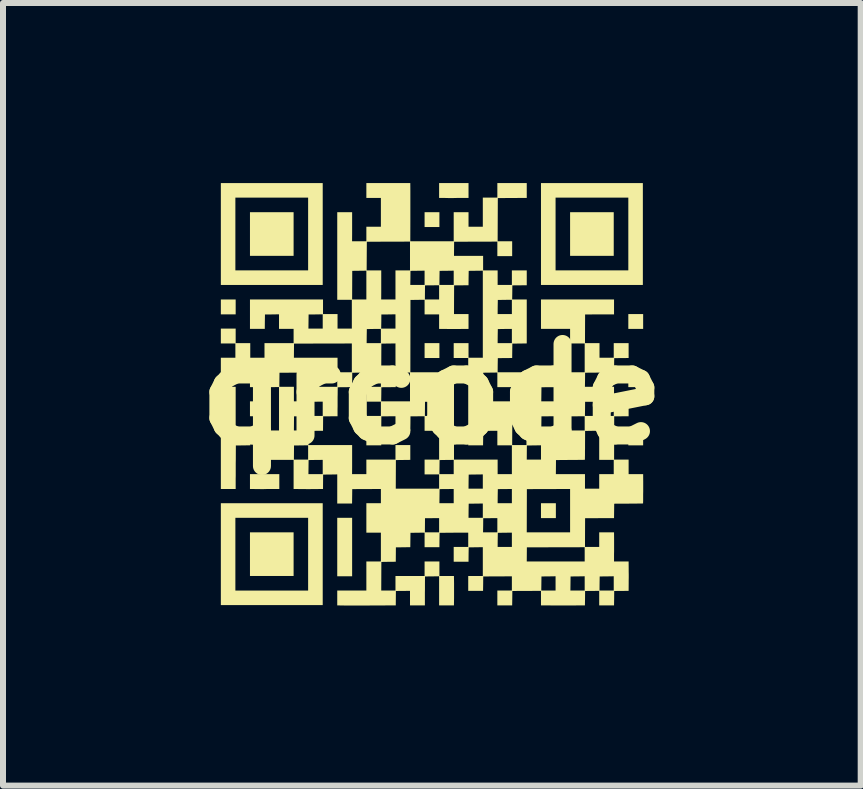
<source format=kicad_pcb>
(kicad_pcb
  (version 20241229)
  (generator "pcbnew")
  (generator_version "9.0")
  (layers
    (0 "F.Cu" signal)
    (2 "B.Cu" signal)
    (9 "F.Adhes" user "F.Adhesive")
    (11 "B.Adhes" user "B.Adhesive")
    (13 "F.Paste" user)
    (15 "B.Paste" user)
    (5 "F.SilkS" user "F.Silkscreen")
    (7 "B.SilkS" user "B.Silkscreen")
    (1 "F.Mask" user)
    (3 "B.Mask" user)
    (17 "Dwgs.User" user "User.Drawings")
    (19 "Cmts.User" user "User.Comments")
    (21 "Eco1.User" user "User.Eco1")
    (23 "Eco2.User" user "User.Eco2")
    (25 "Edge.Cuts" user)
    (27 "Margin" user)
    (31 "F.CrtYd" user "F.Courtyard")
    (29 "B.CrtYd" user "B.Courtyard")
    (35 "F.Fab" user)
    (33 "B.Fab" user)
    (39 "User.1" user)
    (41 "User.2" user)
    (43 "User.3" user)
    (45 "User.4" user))
  (footprint "qrcode"
    (layer "F.Cu")
    (at 4.144 3.515)
    (property "Reference" "qrcode" (at 0 0 0) (layer "F.SilkS") (effects (font (size 1.524 1.524) (thickness 0.3))))
    (attr board_only exclude_from_pos_files exclude_from_bom)
    (fp_poly (pts (xy -3.268 -1.328) (xy -3.515 -1.328) (xy -3.515 -1.576) (xy -3.268 -1.576)) (stroke (width 0) (type solid)) (fill yes) (layer "F.SilkS"))
    (fp_poly (pts (xy -2.783 0.369) (xy -3.03 0.369) (xy -3.03 0.121) (xy -2.783 0.121)) (stroke (width 0) (type solid)) (fill yes) (layer "F.SilkS"))
    (fp_poly (pts (xy -2.303 -2.303) (xy -3.03 -2.303) (xy -3.03 -3.03) (xy -2.303 -3.03)) (stroke (width 0) (type solid)) (fill yes) (layer "F.SilkS"))
    (fp_poly (pts (xy -2.303 3.03) (xy -3.03 3.03) (xy -3.03 2.303) (xy -2.303 2.303)) (stroke (width 0) (type solid)) (fill yes) (layer "F.SilkS"))
    (fp_poly (pts (xy 0.126 -2.783) (xy -0.121 -2.783) (xy -0.121 -3.03) (xy 0.126 -3.03)) (stroke (width 0) (type solid)) (fill yes) (layer "F.SilkS"))
    (fp_poly (pts (xy 0.126 -0.601) (xy -0.121 -0.601) (xy -0.121 -0.849) (xy 0.126 -0.849)) (stroke (width 0) (type solid)) (fill yes) (layer "F.SilkS"))
    (fp_poly (pts (xy 2.066 2.066) (xy 1.818 2.066) (xy 1.818 1.818) (xy 2.066 1.818)) (stroke (width 0) (type solid)) (fill yes) (layer "F.SilkS"))
    (fp_poly (pts (xy 3.03 -2.303) (xy 2.303 -2.303) (xy 2.303 -3.03) (xy 3.03 -3.03)) (stroke (width 0) (type solid)) (fill yes) (layer "F.SilkS"))
    (fp_poly (pts (xy 3.52 -1.086) (xy 3.273 -1.086) (xy 3.273 -1.333) (xy 3.52 -1.333)) (stroke (width 0) (type solid)) (fill yes) (layer "F.SilkS"))
    (fp_poly (pts (xy 3.52 -0.116) (xy 3.273 -0.116) (xy 3.273 -0.364) (xy 3.52 -0.364)) (stroke (width 0) (type solid)) (fill yes) (layer "F.SilkS"))
    (fp_poly (pts (xy 3.52 0.854) (xy 3.273 0.854) (xy 3.273 0.606) (xy 3.52 0.606)) (stroke (width 0) (type solid)) (fill yes) (layer "F.SilkS"))
    (fp_poly (pts (xy -1.818 -1.818) (xy -3.515 -1.818) (xy -3.515 -2.061) (xy -3.273 -2.061) (xy -2.061 -2.061) (xy -2.061 -3.273) (xy -3.273 -3.273) (xy -3.273 -2.061) (xy -3.515 -2.061) (xy -3.515 -3.515) (xy -1.818 -3.515)) (stroke (width 0) (type solid)) (fill yes) (layer "F.SilkS"))
    (fp_poly (pts (xy -1.818 3.515) (xy -3.515 3.515) (xy -3.515 3.273) (xy -3.273 3.273) (xy -2.061 3.273) (xy -2.061 2.061) (xy -3.273 2.061) (xy -3.273 3.273) (xy -3.515 3.273) (xy -3.515 1.818) (xy -1.818 1.818)) (stroke (width 0) (type solid)) (fill yes) (layer "F.SilkS"))
    (fp_poly (pts (xy 3.515 -1.818) (xy 1.818 -1.818) (xy 1.818 -2.061) (xy 2.061 -2.061) (xy 3.273 -2.061) (xy 3.273 -3.273) (xy 2.061 -3.273) (xy 2.061 -2.061) (xy 1.818 -2.061) (xy 1.818 -3.515) (xy 3.515 -3.515)) (stroke (width 0) (type solid)) (fill yes) (layer "F.SilkS"))
    (fp_poly (pts (xy -2.541 1.581) (xy -2.656 1.581) (xy -2.69 1.581) (xy -2.72 1.581) (xy -2.746 1.581) (xy -2.765 1.582) (xy -2.776 1.582) (xy -2.779 1.582) (xy -2.785 1.582) (xy -2.801 1.583) (xy -2.823 1.583) (xy -2.852 1.583) (xy -2.884 1.582) (xy -2.908 1.582) (xy -3.03 1.581) (xy -3.03 1.333) (xy -2.541 1.333)) (stroke (width 0) (type solid)) (fill yes) (layer "F.SilkS"))
    (fp_poly (pts (xy 0.611 -3.268) (xy 0.495 -3.268) (xy 0.462 -3.268) (xy 0.432 -3.268) (xy 0.406 -3.267) (xy 0.387 -3.267) (xy 0.375 -3.267) (xy 0.373 -3.267) (xy 0.366 -3.266) (xy 0.351 -3.266) (xy 0.328 -3.266) (xy 0.3 -3.266) (xy 0.268 -3.266) (xy 0.244 -3.267) (xy 0.121 -3.268) (xy 0.121 -3.515) (xy 0.611 -3.515)) (stroke (width 0) (type solid)) (fill yes) (layer "F.SilkS"))
    (fp_poly (pts (xy -1.328 2.182) (xy -1.328 2.213) (xy -1.328 2.252) (xy -1.328 2.298) (xy -1.328 2.349) (xy -1.328 2.403) (xy -1.328 2.458) (xy -1.328 2.514) (xy -1.328 2.551) (xy -1.328 2.605) (xy -1.328 2.66) (xy -1.328 2.715) (xy -1.328 2.768) (xy -1.328 2.817) (xy -1.328 2.861) (xy -1.328 2.897) (xy -1.328 2.917) (xy -1.328 3.035) (xy -1.576 3.035) (xy -1.576 2.061) (xy -1.328 2.061)) (stroke (width 0) (type solid)) (fill yes) (layer "F.SilkS"))
    (fp_poly (pts (xy -3.268 0.001) (xy -3.268 0.033) (xy -3.268 0.073) (xy -3.268 0.119) (xy -3.268 0.17) (xy -3.268 0.224) (xy -3.268 0.28) (xy -3.268 0.335) (xy -3.268 0.365) (xy -3.268 0.606) (xy -3.025 0.606) (xy -3.025 0.853) (xy -3.145 0.855) (xy -3.265 0.856) (xy -3.266 1.099) (xy -3.267 1.152) (xy -3.267 1.208) (xy -3.267 1.263) (xy -3.267 1.315) (xy -3.267 1.364) (xy -3.268 1.408) (xy -3.268 1.444) (xy -3.268 1.461) (xy -3.268 1.581) (xy -3.515 1.581) (xy -3.515 -0.121) (xy -3.268 -0.121)) (stroke (width 0) (type solid)) (fill yes) (layer "F.SilkS"))
    (fp_poly (pts (xy -0.358 -3.393) (xy -0.358 -3.367) (xy -0.358 -3.332) (xy -0.358 -3.289) (xy -0.358 -3.239) (xy -0.358 -3.185) (xy -0.358 -3.126) (xy -0.358 -3.065) (xy -0.358 -3.001) (xy -0.358 -2.937) (xy -0.358 -2.908) (xy -0.359 -2.546) (xy 0.364 -2.546) (xy 0.364 -3.03) (xy 0.611 -3.03) (xy 0.611 -2.788) (xy 0.849 -2.788) (xy 0.849 -3.273) (xy 1.091 -3.273) (xy 1.091 -3.515) (xy 1.581 -3.515) (xy 1.581 -3.268) (xy 1.461 -3.268) (xy 1.417 -3.267) (xy 1.367 -3.267) (xy 1.315 -3.267) (xy 1.265 -3.267) (xy 1.221 -3.266) (xy 1.22 -3.266) (xy 1.099 -3.265) (xy 1.096 -2.546) (xy 1.338 -2.546) (xy 1.338 -2.298) (xy 1.091 -2.298) (xy 1.091 -2.54) (xy 0.371 -2.538) (xy 0.37 -2.421) (xy 0.369 -2.303) (xy 0.854 -2.303) (xy 0.854 -2.061) (xy 1.096 -2.061) (xy 1.096 -1.818) (xy 1.333 -1.818) (xy 1.333 -2.061) (xy 1.581 -2.061) (xy 1.581 -1.813) (xy 1.461 -1.812) (xy 1.341 -1.811) (xy 1.34 -1.693) (xy 1.338 -1.576) (xy 1.581 -1.576) (xy 1.581 -1.455) (xy 1.581 -1.411) (xy 1.581 -1.362) (xy 1.581 -1.31) (xy 1.581 -1.259) (xy 1.581 -1.213) (xy 1.581 -1.207) (xy 1.581 -1.163) (xy 1.581 -1.113) (xy 1.581 -1.062) (xy 1.581 -1.012) (xy 1.581 -0.969) (xy 1.581 -0.962) (xy 1.581 -0.844) (xy 1.461 -0.842) (xy 1.341 -0.841) (xy 1.338 -0.601) (xy 1.099 -0.599) (xy 1.097 -0.481) (xy 1.096 -0.364) (xy 2.546 -0.364) (xy 2.546 -0.843) (xy 2.303 -0.843) (xy 2.303 -1.086) (xy 2.183 -1.086) (xy 2.14 -1.086) (xy 2.09 -1.086) (xy 2.038 -1.086) (xy 1.988 -1.086) (xy 1.943 -1.086) (xy 1.941 -1.086) (xy 1.818 -1.086) (xy 1.818 -1.576) (xy 3.035 -1.576) (xy 3.035 -1.328) (xy 2.916 -1.328) (xy 2.872 -1.328) (xy 2.822 -1.328) (xy 2.77 -1.328) (xy 2.72 -1.327) (xy 2.675 -1.327) (xy 2.674 -1.327) (xy 2.553 -1.326) (xy 2.551 -0.849) (xy 2.793 -0.849) (xy 2.793 -0.606) (xy 3.03 -0.606) (xy 3.03 -0.849) (xy 3.278 -0.849) (xy 3.278 -0.601) (xy 3.158 -0.6) (xy 3.038 -0.599) (xy 3.035 -0.359) (xy 2.915 -0.358) (xy 2.872 -0.358) (xy 2.822 -0.358) (xy 2.77 -0.358) (xy 2.72 -0.357) (xy 2.675 -0.357) (xy 2.674 -0.357) (xy 2.553 -0.356) (xy 2.552 -0.239) (xy 2.55 -0.121) (xy 3.035 -0.121) (xy 3.035 0.121) (xy 3.278 0.121) (xy 3.278 0.369) (xy 3.158 0.37) (xy 3.038 0.371) (xy 3.036 1.091) (xy 3.278 1.091) (xy 3.278 1.333) (xy 3.52 1.333) (xy 3.521 1.456) (xy 3.521 1.514) (xy 3.521 1.57) (xy 3.521 1.622) (xy 3.52 1.67) (xy 3.52 1.713) (xy 3.52 1.75) (xy 3.52 1.78) (xy 3.519 1.803) (xy 3.519 1.817) (xy 3.518 1.822) (xy 3.513 1.822) (xy 3.499 1.823) (xy 3.476 1.823) (xy 3.447 1.823) (xy 3.411 1.824) (xy 3.37 1.824) (xy 3.325 1.824) (xy 3.277 1.825) (xy 3.038 1.826) (xy 3.035 2.066) (xy 2.915 2.066) (xy 2.872 2.066) (xy 2.822 2.066) (xy 2.77 2.067) (xy 2.72 2.067) (xy 2.675 2.067) (xy 2.674 2.067) (xy 2.553 2.068) (xy 2.552 2.307) (xy 2.551 2.546) (xy 2.788 2.546) (xy 2.788 2.303) (xy 3.035 2.303) (xy 3.036 2.426) (xy 3.036 2.47) (xy 3.036 2.52) (xy 3.036 2.572) (xy 3.036 2.622) (xy 3.035 2.666) (xy 3.035 2.668) (xy 3.035 2.788) (xy 3.278 2.788) (xy 3.279 2.91) (xy 3.279 2.955) (xy 3.28 3.005) (xy 3.28 3.058) (xy 3.279 3.109) (xy 3.279 3.153) (xy 3.279 3.155) (xy 3.278 3.278) (xy 3.158 3.279) (xy 3.038 3.28) (xy 3.037 3.4) (xy 3.035 3.52) (xy 2.788 3.52) (xy 2.788 3.278) (xy 2.671 3.279) (xy 2.553 3.28) (xy 2.552 3.4) (xy 2.55 3.52) (xy 2.432 3.52) (xy 2.39 3.521) (xy 2.341 3.521) (xy 2.29 3.521) (xy 2.239 3.521) (xy 2.194 3.521) (xy 2.187 3.521) (xy 2.142 3.521) (xy 2.092 3.521) (xy 2.04 3.521) (xy 1.99 3.521) (xy 1.946 3.52) (xy 1.939 3.52) (xy 1.818 3.52) (xy 1.818 3.278) (xy 1.341 3.28) (xy 1.34 3.4) (xy 1.338 3.52) (xy 1.091 3.52) (xy 1.091 3.273) (xy 1.333 3.273) (xy 1.823 3.273) (xy 2.061 3.273) (xy 2.308 3.273) (xy 2.546 3.273) (xy 2.793 3.273) (xy 3.03 3.273) (xy 3.03 3.035) (xy 2.913 3.037) (xy 2.796 3.038) (xy 2.794 3.155) (xy 2.793 3.273) (xy 2.546 3.273) (xy 2.546 3.035) (xy 2.428 3.037) (xy 2.311 3.038) (xy 2.308 3.273) (xy 2.061 3.273) (xy 2.061 3.035) (xy 1.943 3.037) (xy 1.826 3.038) (xy 1.823 3.273) (xy 1.333 3.273) (xy 1.333 3.036) (xy 0.856 3.038) (xy 0.855 3.158) (xy 0.853 3.278) (xy 0.606 3.278) (xy 0.606 3.03) (xy 0.849 3.03) (xy 0.849 2.788) (xy 1.581 2.788) (xy 2.546 2.788) (xy 2.546 2.551) (xy 2.064 2.552) (xy 1.583 2.553) (xy 1.581 2.788) (xy 0.849 2.788) (xy 0.849 2.55) (xy 0.731 2.552) (xy 0.614 2.553) (xy 0.612 2.673) (xy 0.611 2.793) (xy 0.364 2.793) (xy 0.364 2.546) (xy 0.606 2.546) (xy 1.096 2.546) (xy 1.333 2.546) (xy 1.333 2.308) (xy 1.099 2.311) (xy 1.097 2.428) (xy 1.096 2.546) (xy 0.606 2.546) (xy 0.606 2.308) (xy 0.367 2.309) (xy 0.129 2.311) (xy 0.127 2.431) (xy 0.126 2.551) (xy -0.121 2.551) (xy -0.121 2.308) (xy -0.356 2.311) (xy -0.359 2.55) (xy -0.479 2.552) (xy -0.599 2.553) (xy -0.6 2.673) (xy -0.601 2.793) (xy -0.721 2.794) (xy -0.841 2.796) (xy -0.843 3.273) (xy -0.606 3.273) (xy -0.606 3.03) (xy -0.121 3.03) (xy -0.121 2.788) (xy 0.126 2.788) (xy 0.126 3.03) (xy 0.368 3.03) (xy 0.37 3.153) (xy 0.37 3.197) (xy 0.37 3.248) (xy 0.37 3.3) (xy 0.37 3.351) (xy 0.37 3.396) (xy 0.37 3.398) (xy 0.368 3.52) (xy 0.121 3.52) (xy 0.121 3.035) (xy 0.004 3.037) (xy -0.114 3.038) (xy -0.115 3.159) (xy -0.115 3.203) (xy -0.115 3.253) (xy -0.116 3.305) (xy -0.116 3.355) (xy -0.116 3.399) (xy -0.116 3.4) (xy -0.116 3.52) (xy -0.364 3.52) (xy -0.364 3.278) (xy -0.481 3.279) (xy -0.599 3.28) (xy -0.6 3.4) (xy -0.601 3.52) (xy -0.719 3.52) (xy -0.748 3.52) (xy -0.787 3.521) (xy -0.832 3.521) (xy -0.882 3.521) (xy -0.936 3.521) (xy -0.991 3.521) (xy -1.046 3.522) (xy -1.083 3.522) (xy -1.138 3.522) (xy -1.194 3.522) (xy -1.249 3.522) (xy -1.303 3.522) (xy -1.352 3.522) (xy -1.396 3.522) (xy -1.433 3.522) (xy -1.453 3.522) (xy -1.576 3.52) (xy -1.576 3.273) (xy -1.091 3.273) (xy -1.091 2.788) (xy -0.849 2.788) (xy -0.849 2.308) (xy -1.091 2.308) (xy -1.091 2.303) (xy -0.116 2.303) (xy 0.121 2.303) (xy 0.853 2.303) (xy 1.091 2.303) (xy 1.581 2.303) (xy 2.303 2.303) (xy 2.303 1.581) (xy 1.943 1.582) (xy 1.583 1.583) (xy 1.582 1.943) (xy 1.581 2.303) (xy 1.091 2.303) (xy 1.091 2.066) (xy 0.856 2.068) (xy 0.855 2.186) (xy 0.853 2.303) (xy 0.121 2.303) (xy 0.121 2.066) (xy -0.114 2.068) (xy -0.115 2.186) (xy -0.116 2.303) (xy -1.091 2.303) (xy -1.091 2.061) (xy 0.611 2.061) (xy 0.849 2.061) (xy 0.849 1.823) (xy 0.614 1.826) (xy 0.612 1.943) (xy 0.611 2.061) (xy -1.091 2.061) (xy -1.091 1.818) (xy -0.849 1.818) (xy 0.126 1.818) (xy 0.364 1.818) (xy 1.096 1.818) (xy 1.333 1.818) (xy 1.333 1.581) (xy 1.099 1.583) (xy 1.097 1.701) (xy 1.096 1.818) (xy 0.364 1.818) (xy 0.364 1.581) (xy 0.246 1.582) (xy 0.129 1.583) (xy 0.126 1.818) (xy -0.849 1.818) (xy -0.849 1.581) (xy -1.326 1.583) (xy -1.329 1.823) (xy -1.576 1.823) (xy -1.576 1.338) (xy -1.693 1.34) (xy -1.811 1.341) (xy -1.813 1.581) (xy -1.936 1.582) (xy -1.98 1.582) (xy -2.031 1.583) (xy -2.083 1.583) (xy -2.134 1.582) (xy -2.179 1.582) (xy -2.181 1.582) (xy -2.303 1.581) (xy -2.303 1.333) (xy -2.056 1.333) (xy -1.818 1.333) (xy -1.818 1.096) (xy -1.936 1.097) (xy -2.053 1.099) (xy -2.056 1.333) (xy -2.303 1.333) (xy -2.303 1.096) (xy -2.423 1.096) (xy -2.467 1.096) (xy -2.516 1.096) (xy -2.568 1.096) (xy -2.618 1.096) (xy -2.663 1.096) (xy -2.666 1.096) (xy -2.788 1.096) (xy -2.788 1.091) (xy -2.298 1.091) (xy -2.061 1.091) (xy -2.061 0.853) (xy -2.178 0.855) (xy -2.296 0.856) (xy -2.298 1.091) (xy -2.788 1.091) (xy -2.788 0.849) (xy -2.056 0.849) (xy -1.328 0.849) (xy -1.328 0.971) (xy -1.328 1.015) (xy -1.328 1.065) (xy -1.328 1.117) (xy -1.328 1.167) (xy -1.328 1.211) (xy -1.328 1.213) (xy -1.329 1.333) (xy -1.091 1.333) (xy -1.091 1.091) (xy -0.606 1.091) (xy -0.606 0.849) (xy -0.359 0.849) (xy -0.359 1.096) (xy -0.599 1.099) (xy -0.601 1.576) (xy 0.121 1.576) (xy 0.611 1.576) (xy 0.849 1.576) (xy 0.849 1.338) (xy 0.614 1.341) (xy 0.612 1.458) (xy 0.611 1.576) (xy 0.121 1.576) (xy 0.121 1.338) (xy -0.121 1.338) (xy -0.121 1.333) (xy 0.126 1.333) (xy 0.364 1.333) (xy 0.364 1.096) (xy 0.246 1.097) (xy 0.129 1.099) (xy 0.126 1.333) (xy -0.121 1.333) (xy -0.121 1.091) (xy 0.121 1.091) (xy 0.121 0.611) (xy -0.121 0.611) (xy -0.121 0.369) (xy -0.239 0.37) (xy -0.356 0.371) (xy -0.357 0.491) (xy -0.359 0.611) (xy -0.606 0.611) (xy -0.606 0.369) (xy -0.724 0.37) (xy -0.841 0.371) (xy -0.842 0.492) (xy -0.842 0.537) (xy -0.843 0.587) (xy -0.843 0.639) (xy -0.843 0.689) (xy -0.843 0.733) (xy -0.843 0.734) (xy -0.843 0.854) (xy -1.091 0.854) (xy -1.091 0.364) (xy -0.849 0.364) (xy -0.116 0.364) (xy 0.121 0.364) (xy 0.121 0.126) (xy -0.114 0.129) (xy -0.115 0.246) (xy -0.116 0.364) (xy -0.849 0.364) (xy -0.849 0.126) (xy -1.091 0.126) (xy -1.091 0.121) (xy -0.844 0.121) (xy -0.364 0.121) (xy -0.364 -0.359) (xy -0.599 -0.356) (xy -0.601 -0.116) (xy -0.841 -0.114) (xy -0.842 0.004) (xy -0.844 0.121) (xy -1.091 0.121) (xy -1.091 -0.121) (xy -0.849 -0.121) (xy -0.849 -0.359) (xy -1.326 -0.356) (xy -1.327 -0.236) (xy -1.329 -0.116) (xy -1.448 -0.115) (xy -1.568 -0.114) (xy -1.569 0.008) (xy -1.57 0.052) (xy -1.57 0.102) (xy -1.57 0.154) (xy -1.57 0.204) (xy -1.571 0.248) (xy -1.571 0.249) (xy -1.571 0.369) (xy -1.811 0.371) (xy -1.812 0.491) (xy -1.813 0.611) (xy -1.933 0.612) (xy -2.053 0.614) (xy -2.056 0.849) (xy -2.788 0.849) (xy -2.788 0.606) (xy -2.546 0.606) (xy -2.298 0.606) (xy -2.061 0.606) (xy -2.061 0.369) (xy -2.178 0.37) (xy -2.296 0.371) (xy -2.298 0.606) (xy -2.546 0.606) (xy -2.546 0.364) (xy -2.056 0.364) (xy -1.818 0.364) (xy -1.818 0.126) (xy -1.936 0.127) (xy -2.053 0.129) (xy -2.054 0.246) (xy -2.056 0.364) (xy -2.546 0.364) (xy -2.546 -0.117) (xy -2.666 -0.116) (xy -2.709 -0.116) (xy -2.759 -0.116) (xy -2.811 -0.116) (xy -2.861 -0.116) (xy -2.905 -0.116) (xy -2.908 -0.116) (xy -3.03 -0.116) (xy -3.03 -0.121) (xy -2.541 -0.121) (xy -2.298 -0.121) (xy -2.298 0.121) (xy -2.061 0.121) (xy -2.061 -0.121) (xy -1.576 -0.121) (xy -1.576 -0.358) (xy -2.057 -0.357) (xy -2.538 -0.356) (xy -2.541 -0.121) (xy -3.03 -0.121) (xy -3.03 -0.359) (xy -3.15 -0.359) (xy -3.194 -0.358) (xy -3.244 -0.358) (xy -3.295 -0.358) (xy -3.346 -0.358) (xy -3.39 -0.358) (xy -3.393 -0.358) (xy -3.515 -0.359) (xy -3.515 -0.606) (xy -3.273 -0.606) (xy -3.273 -0.843) (xy -3.515 -0.843) (xy -3.515 -1.091) (xy -3.268 -1.091) (xy -3.268 -0.849) (xy -3.025 -0.849) (xy -3.025 -0.606) (xy -2.788 -0.606) (xy -2.298 -0.606) (xy -1.571 -0.606) (xy -1.571 -0.364) (xy -1.333 -0.364) (xy -0.843 -0.364) (xy -0.606 -0.364) (xy -0.358 -0.364) (xy 0.369 -0.364) (xy 0.369 -0.241) (xy 0.369 -0.22) (xy 0.369 -0.19) (xy 0.369 -0.151) (xy 0.369 -0.104) (xy 0.369 -0.05) (xy 0.369 0.01) (xy 0.369 0.075) (xy 0.369 0.144) (xy 0.369 0.218) (xy 0.369 0.294) (xy 0.369 0.372) (xy 0.369 0.452) (xy 0.369 0.486) (xy 0.369 1.091) (xy 1.096 1.091) (xy 1.096 1.333) (xy 1.333 1.333) (xy 2.066 1.333) (xy 2.551 1.333) (xy 2.551 1.576) (xy 2.788 1.576) (xy 2.788 1.333) (xy 3.03 1.333) (xy 3.03 1.096) (xy 2.788 1.096) (xy 2.788 0.611) (xy 2.671 0.612) (xy 2.553 0.614) (xy 2.552 0.853) (xy 2.552 0.901) (xy 2.551 0.946) (xy 2.551 0.987) (xy 2.551 1.023) (xy 2.55 1.052) (xy 2.55 1.075) (xy 2.549 1.089) (xy 2.549 1.094) (xy 2.544 1.095) (xy 2.529 1.095) (xy 2.507 1.096) (xy 2.477 1.096) (xy 2.442 1.096) (xy 2.401 1.097) (xy 2.356 1.097) (xy 2.308 1.097) (xy 2.068 1.099) (xy 2.066 1.333) (xy 1.333 1.333) (xy 1.333 1.091) (xy 1.581 1.091) (xy 1.818 1.091) (xy 1.818 0.853) (xy 1.701 0.855) (xy 1.583 0.856) (xy 1.581 1.091) (xy 1.333 1.091) (xy 1.333 0.854) (xy 1.091 0.854) (xy 1.091 0.849) (xy 1.338 0.849) (xy 1.576 0.849) (xy 1.576 0.606) (xy 1.823 0.606) (xy 2.061 0.606) (xy 2.308 0.606) (xy 2.546 0.606) (xy 2.546 0.369) (xy 2.428 0.37) (xy 2.311 0.371) (xy 2.308 0.606) (xy 2.061 0.606) (xy 2.061 0.369) (xy 1.943 0.37) (xy 1.826 0.371) (xy 1.823 0.606) (xy 1.576 0.606) (xy 1.576 0.369) (xy 1.458 0.37) (xy 1.341 0.371) (xy 1.338 0.849) (xy 1.091 0.849) (xy 1.091 0.611) (xy 0.974 0.612) (xy 0.856 0.614) (xy 0.855 0.734) (xy 0.853 0.854) (xy 0.606 0.854) (xy 0.606 0.364) (xy 2.55 0.364) (xy 3.03 0.364) (xy 3.03 0.126) (xy 2.553 0.129) (xy 2.552 0.246) (xy 2.55 0.364) (xy 0.606 0.364) (xy 0.606 0.121) (xy 0.854 0.121) (xy 1.333 0.121) (xy 1.823 0.121) (xy 2.303 0.121) (xy 2.303 -0.116) (xy 2.064 -0.115) (xy 1.826 -0.114) (xy 1.823 0.121) (xy 1.333 0.121) (xy 1.333 -0.116) (xy 1.091 -0.116) (xy 1.091 -0.359) (xy 0.856 -0.356) (xy 0.854 0.121) (xy 0.606 0.121) (xy 0.606 -0.601) (xy 0.364 -0.601) (xy 0.364 -0.849) (xy 0.611 -0.849) (xy 0.611 -0.606) (xy 0.849 -0.606) (xy 0.849 -0.849) (xy 1.096 -0.849) (xy 1.333 -0.849) (xy 1.333 -1.086) (xy 1.216 -1.085) (xy 1.099 -1.083) (xy 1.097 -0.966) (xy 1.096 -0.849) (xy 0.849 -0.849) (xy 0.849 -1.333) (xy 1.096 -1.333) (xy 1.333 -1.333) (xy 1.333 -1.571) (xy 1.216 -1.57) (xy 1.099 -1.568) (xy 1.097 -1.451) (xy 1.096 -1.333) (xy 0.849 -1.333) (xy 0.849 -2.056) (xy 0.614 -2.053) (xy 0.612 -1.933) (xy 0.611 -1.813) (xy 0.491 -1.812) (xy 0.371 -1.811) (xy 0.37 -1.572) (xy 0.369 -1.333) (xy 0.611 -1.333) (xy 0.611 -1.086) (xy 0.489 -1.085) (xy 0.444 -1.084) (xy 0.394 -1.084) (xy 0.341 -1.084) (xy 0.29 -1.084) (xy 0.246 -1.085) (xy 0.244 -1.085) (xy 0.121 -1.086) (xy 0.121 -1.328) (xy -0.121 -1.328) (xy -0.121 -1.571) (xy -0.239 -1.57) (xy -0.356 -1.568) (xy -0.357 -0.966) (xy -0.358 -0.364) (xy -0.606 -0.364) (xy -0.606 -0.844) (xy -0.724 -0.842) (xy -0.841 -0.841) (xy -0.843 -0.364) (xy -1.333 -0.364) (xy -1.333 -0.843) (xy -1.814 -0.842) (xy -2.296 -0.841) (xy -2.298 -0.606) (xy -2.788 -0.606) (xy -2.788 -0.849) (xy -2.303 -0.849) (xy -1.086 -0.849) (xy -0.849 -0.849) (xy -0.849 -1.086) (xy -0.966 -1.085) (xy -1.083 -1.083) (xy -1.085 -0.966) (xy -1.086 -0.849) (xy -2.303 -0.849) (xy -2.303 -1.086) (xy -2.546 -1.086) (xy -2.546 -1.091) (xy -2.056 -1.091) (xy -1.818 -1.091) (xy -1.818 -1.329) (xy -1.936 -1.327) (xy -2.053 -1.326) (xy -2.056 -1.091) (xy -2.546 -1.091) (xy -2.546 -1.329) (xy -2.663 -1.327) (xy -2.78 -1.326) (xy -2.782 -1.206) (xy -2.783 -1.086) (xy -3.03 -1.086) (xy -3.03 -1.576) (xy -1.813 -1.576) (xy -1.813 -1.333) (xy -1.571 -1.333) (xy -1.571 -1.091) (xy -1.333 -1.091) (xy -0.844 -1.091) (xy -0.606 -1.091) (xy -0.606 -1.329) (xy -0.724 -1.327) (xy -0.841 -1.326) (xy -0.842 -1.208) (xy -0.844 -1.091) (xy -1.333 -1.091) (xy -1.333 -1.571) (xy -1.576 -1.571) (xy -1.576 -1.576) (xy -1.328 -1.576) (xy -1.091 -1.576) (xy -1.091 -2.056) (xy -1.326 -2.053) (xy -1.327 -1.814) (xy -1.328 -1.576) (xy -1.576 -1.576) (xy -1.576 -2.061) (xy -1.086 -2.061) (xy -0.843 -2.061) (xy -0.843 -1.938) (xy -0.843 -1.894) (xy -0.843 -1.844) (xy -0.843 -1.792) (xy -0.843 -1.742) (xy -0.843 -1.698) (xy -0.843 -1.696) (xy -0.844 -1.576) (xy -0.606 -1.576) (xy -0.116 -1.576) (xy 0.121 -1.576) (xy 0.121 -1.813) (xy -0.114 -1.811) (xy -0.115 -1.693) (xy -0.116 -1.576) (xy -0.606 -1.576) (xy -0.606 -1.818) (xy -0.359 -1.818) (xy -0.121 -1.818) (xy 0.126 -1.818) (xy 0.364 -1.818) (xy 0.364 -2.056) (xy 0.246 -2.054) (xy 0.129 -2.053) (xy 0.127 -1.936) (xy 0.126 -1.818) (xy -0.121 -1.818) (xy -0.121 -2.056) (xy -0.356 -2.053) (xy -0.357 -1.936) (xy -0.359 -1.818) (xy -0.606 -1.818) (xy -0.606 -2.061) (xy -0.364 -2.061) (xy -0.364 -2.54) (xy -1.083 -2.538) (xy -1.086 -2.061) (xy -1.576 -2.061) (xy -1.576 -3.03) (xy -1.328 -3.03) (xy -1.328 -2.908) (xy -1.328 -2.864) (xy -1.328 -2.814) (xy -1.328 -2.762) (xy -1.328 -2.712) (xy -1.328 -2.668) (xy -1.328 -2.666) (xy -1.329 -2.546) (xy -1.091 -2.546) (xy -1.091 -2.788) (xy -0.849 -2.788) (xy -0.849 -3.268) (xy -1.091 -3.268) (xy -1.091 -3.515) (xy -0.359 -3.515)) (stroke (width 0) (type solid)) (fill yes) (layer "F.SilkS")))
  (gr_rect
    (start -3 -3)
    (end 11.288 10.037)
    (stroke (width 0.1) (type default))
    (fill no)
    (layer "Edge.Cuts")))
</source>
